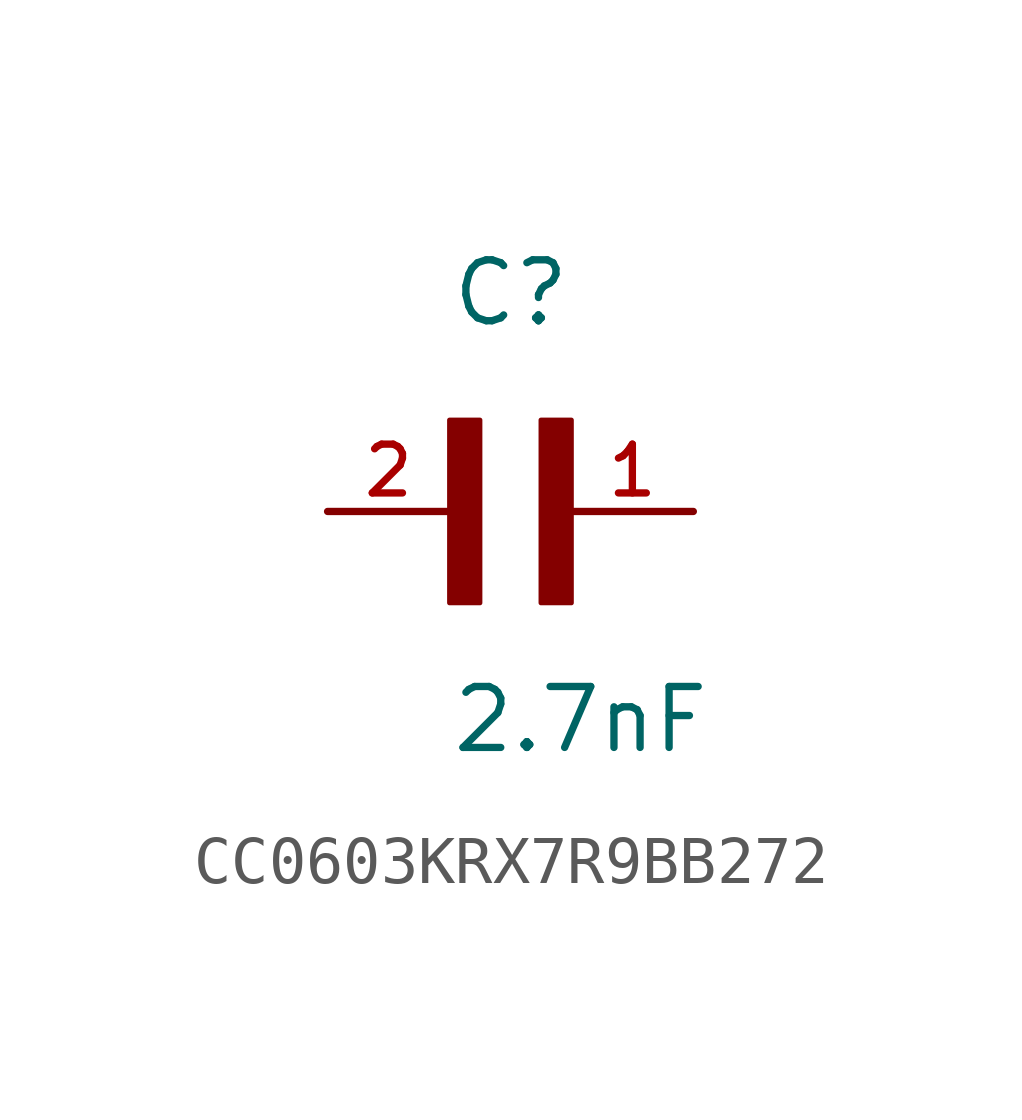
<source format=kicad_sym>
(kicad_symbol_lib
  (version 20220914)
  (generator kicad_symbol_editor)
  (symbol "CC0603KRX7R9BB272"
    (pin_names
      (offset 1.016))
    (property "Reference" "C"
      (at 0 3.81 0)
      (effects (font (size 1.27 1.27)) (justify left bottom)))
    (property "Value" "2.7nF"
      (at 0 -5.08 0)
      (effects (font (size 1.27 1.27)) (justify left bottom)))
    (symbol "CC0603KRX7R9BB272_0_0"
      (rectangle (start 0 -1.905) (end 0.635 1.905) (stroke (width 0.1) (type default)) (fill (type outline)))
      (rectangle (start 1.905 -1.905) (end 2.54 1.905) (stroke (width 0.1) (type default)) (fill (type outline)))
      (pin passive line (at 5.08 0 180) (length 2.54) (name "~" (effects (font (size 1.016 1.016)))) (number "1" (effects (font (size 1.016 1.016)))))
      (pin passive line (at -2.54 0 0) (length 2.54) (name "~" (effects (font (size 1.016 1.016)))) (number "2" (effects (font (size 1.016 1.016))))))))
</source>
